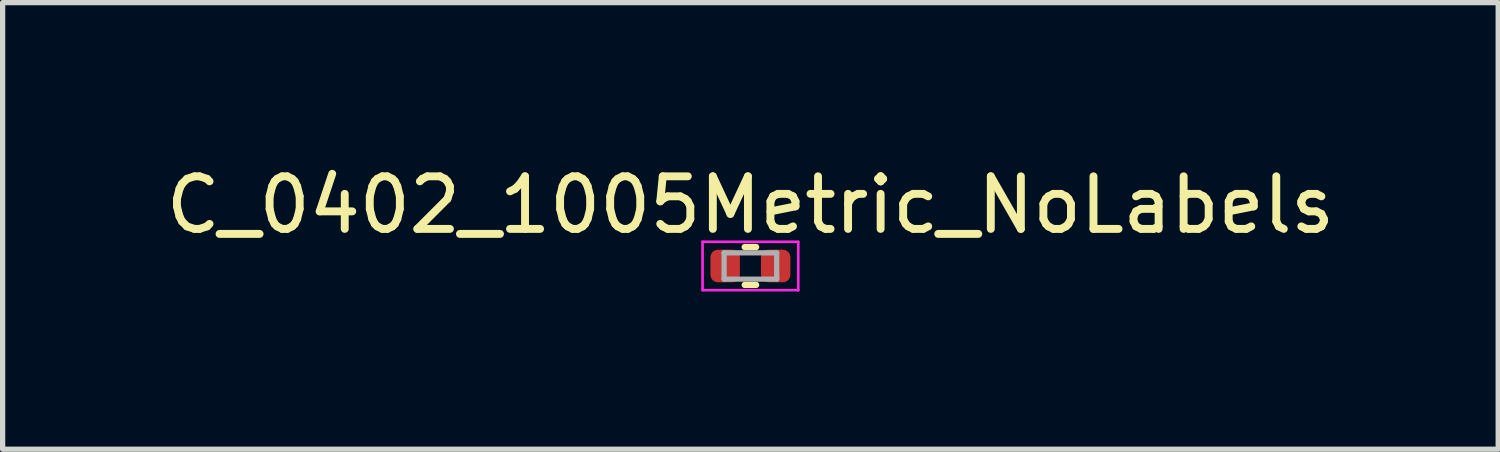
<source format=kicad_pcb>
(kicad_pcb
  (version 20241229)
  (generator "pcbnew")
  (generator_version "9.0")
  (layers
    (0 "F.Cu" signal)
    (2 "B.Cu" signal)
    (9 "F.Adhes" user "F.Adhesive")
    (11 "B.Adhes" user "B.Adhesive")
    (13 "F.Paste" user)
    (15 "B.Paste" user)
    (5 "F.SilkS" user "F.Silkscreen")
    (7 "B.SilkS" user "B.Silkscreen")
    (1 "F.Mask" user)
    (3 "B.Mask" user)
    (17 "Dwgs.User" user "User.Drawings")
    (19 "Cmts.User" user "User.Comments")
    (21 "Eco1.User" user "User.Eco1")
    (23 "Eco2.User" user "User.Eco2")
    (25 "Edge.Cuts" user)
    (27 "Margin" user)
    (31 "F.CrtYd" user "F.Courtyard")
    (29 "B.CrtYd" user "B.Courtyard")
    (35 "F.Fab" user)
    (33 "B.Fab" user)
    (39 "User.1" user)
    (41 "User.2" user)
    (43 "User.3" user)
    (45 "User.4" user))
  (footprint "C_0402_1005Metric_NoLabels"
    (layer "F.Cu")
    (at 11.22 2.008)
    (property "Reference" "C_0402_1005Metric_NoLabels" (at 0 -1.16 0) (layer "F.SilkS") (effects (font (size 1 1) (thickness 0.15))))
    (attr smd)
    (fp_line (start -0.108 -0.36) (end 0.108 -0.36) (stroke (width 0.12) (type solid)) (layer "F.SilkS"))
    (fp_line (start -0.108 0.36) (end 0.108 0.36) (stroke (width 0.12) (type solid)) (layer "F.SilkS"))
    (fp_line (start -0.91 -0.46) (end 0.91 -0.46) (stroke (width 0.05) (type solid)) (layer "F.CrtYd"))
    (fp_line (start -0.91 0.46) (end -0.91 -0.46) (stroke (width 0.05) (type solid)) (layer "F.CrtYd"))
    (fp_line (start 0.91 -0.46) (end 0.91 0.46) (stroke (width 0.05) (type solid)) (layer "F.CrtYd"))
    (fp_line (start 0.91 0.46) (end -0.91 0.46) (stroke (width 0.05) (type solid)) (layer "F.CrtYd"))
    (fp_line (start -0.5 -0.25) (end 0.5 -0.25) (stroke (width 0.1) (type solid)) (layer "F.Fab"))
    (fp_line (start -0.5 0.25) (end -0.5 -0.25) (stroke (width 0.1) (type solid)) (layer "F.Fab"))
    (fp_line (start 0.5 -0.25) (end 0.5 0.25) (stroke (width 0.1) (type solid)) (layer "F.Fab"))
    (fp_line (start 0.5 0.25) (end -0.5 0.25) (stroke (width 0.1) (type solid)) (layer "F.Fab"))
    (pad "1" smd roundrect (at -0.48 0) (size 0.56 0.62) (layers "F.Cu" "F.Mask" "F.Paste") (roundrect_rratio 0.25))
    (pad "2" smd roundrect (at 0.48 0) (size 0.56 0.62) (layers "F.Cu" "F.Mask" "F.Paste") (roundrect_rratio 0.25)))
  (gr_rect
    (start -3 -3)
    (end 25.44 5.493)
    (stroke (width 0.1) (type default))
    (fill no)
    (layer "Edge.Cuts")))
</source>
